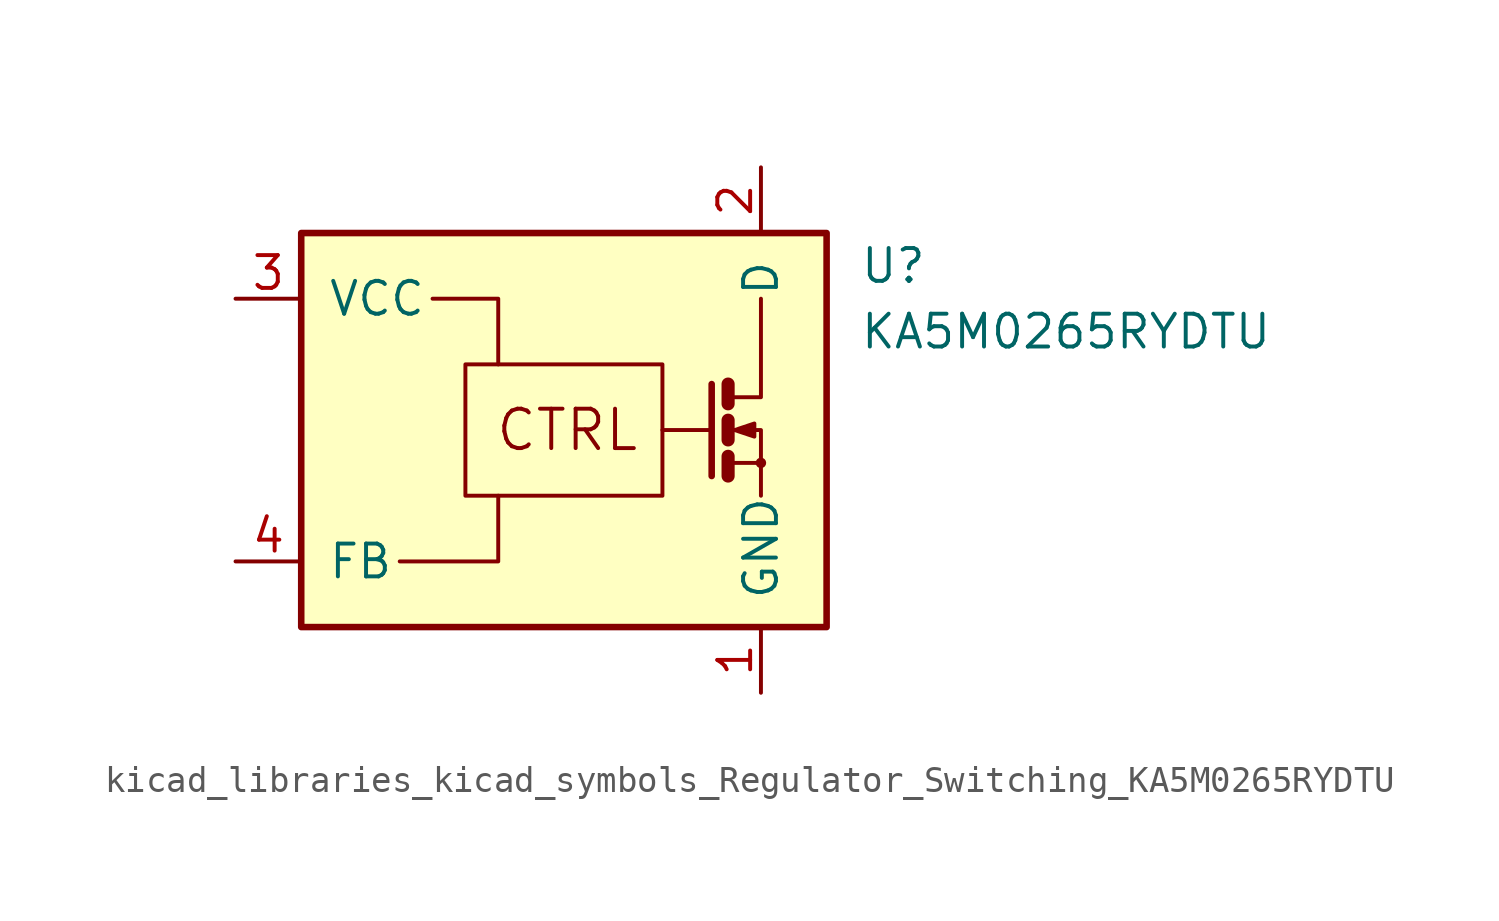
<source format=kicad_sym>
(kicad_symbol_lib
  (version 20220914)
  (generator kicad_symbol_editor)
  (symbol "kicad_libraries_kicad_symbols_Regulator_Switching_KA5M0265RYDTU"
    (pin_names
      (offset 1.016))
    (property "Reference" "U"
      (at 11.43 6.35 0)
      (effects (font (size 1.27 1.27)) (justify left)))
    (property "Value" "KA5M0265RYDTU"
      (at 11.43 3.81 0)
      (effects (font (size 1.27 1.27)) (justify left)))
    (symbol "kicad_libraries_kicad_symbols_Regulator_Switching_KA5M0265RYDTU_0_0"
      (rectangle (start -10.16 7.62) (end 10.16 -7.62) (stroke (width 0.254) (type default)) (fill (type background)))
      (rectangle (start -3.81 2.54) (end 3.81 -2.54) (stroke (width 0) (type default)) (fill (type none)))
      (polyline (pts (xy 3.81 0) (xy 5.715 0)) (stroke (width 0) (type default)) (fill (type none)))
      (polyline (pts (xy 5.715 1.778) (xy 5.715 -1.778)) (stroke (width 0.254) (type default)) (fill (type none)))
      (polyline (pts (xy 6.35 -1.27) (xy 7.62 -1.27)) (stroke (width 0) (type default)) (fill (type none)))
      (polyline (pts (xy 6.35 -1.016) (xy 6.35 -1.778)) (stroke (width 0.508) (type default)) (fill (type none)))
      (polyline (pts (xy 6.35 0.381) (xy 6.35 -0.381)) (stroke (width 0.508) (type default)) (fill (type none)))
      (polyline (pts (xy 6.35 1.778) (xy 6.35 1.016)) (stroke (width 0.508) (type default)) (fill (type none)))
      (polyline (pts (xy -6.35 -5.08) (xy -2.54 -5.08) (xy -2.54 -2.54)) (stroke (width 0) (type default)) (fill (type none)))
      (polyline (pts (xy -5.08 5.08) (xy -2.54 5.08) (xy -2.54 2.54)) (stroke (width 0) (type default)) (fill (type none)))
      (polyline (pts (xy 6.35 1.27) (xy 7.62 1.27) (xy 7.62 5.08)) (stroke (width 0) (type default)) (fill (type none)))
      (polyline (pts (xy 7.62 -2.54) (xy 7.62 0) (xy 6.35 0)) (stroke (width 0) (type default)) (fill (type none)))
      (polyline (pts (xy 6.604 0) (xy 7.366 0.254) (xy 7.366 -0.254) (xy 6.604 0)) (stroke (width 0) (type default)) (fill (type outline)))
      (circle (center 7.62 -1.27) (radius 0.127) (stroke (width 0) (type default)) (fill (type none)))
      (text "CTRL" (at 0.127 0 0) (effects (font (size 1.524 1.524)))))
    (symbol "kicad_libraries_kicad_symbols_Regulator_Switching_KA5M0265RYDTU_1_1"
      (pin power_in line (at 7.62 -10.16 90) (length 2.54) (name "GND" (effects (font (size 1.27 1.27)))) (number "1" (effects (font (size 1.27 1.27)))))
      (pin passive line (at 7.62 10.16 270) (length 2.54) (name "D" (effects (font (size 1.27 1.27)))) (number "2" (effects (font (size 1.27 1.27)))))
      (pin power_in line (at -12.7 5.08 0) (length 2.54) (name "VCC" (effects (font (size 1.27 1.27)))) (number "3" (effects (font (size 1.27 1.27)))))
      (pin passive line (at -12.7 -5.08 0) (length 2.54) (name "FB" (effects (font (size 1.27 1.27)))) (number "4" (effects (font (size 1.27 1.27))))))))
</source>
